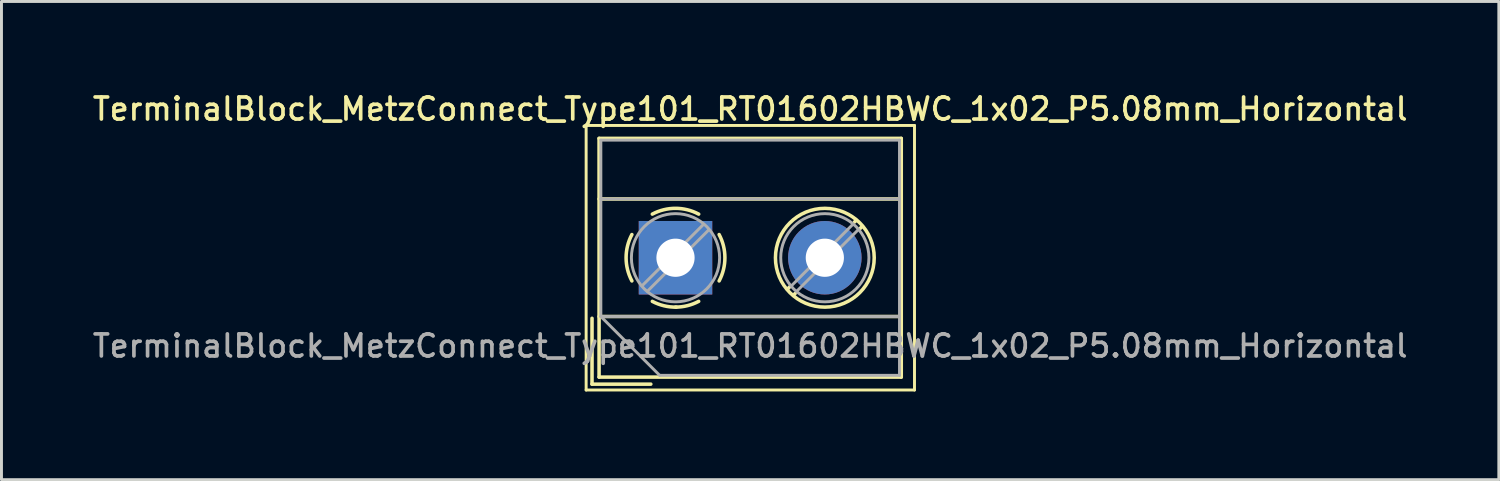
<source format=kicad_pcb>
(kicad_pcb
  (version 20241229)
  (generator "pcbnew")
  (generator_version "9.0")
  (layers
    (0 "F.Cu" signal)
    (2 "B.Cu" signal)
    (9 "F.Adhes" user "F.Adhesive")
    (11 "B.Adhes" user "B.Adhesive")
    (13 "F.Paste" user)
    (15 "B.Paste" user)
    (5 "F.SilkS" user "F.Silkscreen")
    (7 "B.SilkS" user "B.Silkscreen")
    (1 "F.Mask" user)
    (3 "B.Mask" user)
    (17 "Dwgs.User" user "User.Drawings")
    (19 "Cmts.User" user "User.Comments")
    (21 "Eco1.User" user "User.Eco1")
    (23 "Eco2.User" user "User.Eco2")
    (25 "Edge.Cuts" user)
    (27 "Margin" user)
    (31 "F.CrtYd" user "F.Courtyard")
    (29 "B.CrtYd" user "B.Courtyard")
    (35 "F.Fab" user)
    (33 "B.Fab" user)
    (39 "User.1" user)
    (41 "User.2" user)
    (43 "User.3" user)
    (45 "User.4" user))
  (footprint "TerminalBlock_MetzConnect_Type101_RT01602HBWC_1x02_P5.08mm_Horizontal"
    (layer "F.Cu")
    (at 19.93 5.718)
    (property "Reference" "TerminalBlock_MetzConnect_Type101_RT01602HBWC_1x02_P5.08mm_Horizontal" (at 2.54 -5.06 0) (layer "F.SilkS") (effects (font (size 0.75 0.75) (thickness 0.125))))
    (attr through_hole)
    (fp_line (start -3.04 -4.5) (end -3.04 4.5) (stroke (width 0.1) (type solid)) (layer "F.SilkS"))
    (fp_line (start -3.04 4.5) (end 8.13 4.5) (stroke (width 0.1) (type solid)) (layer "F.SilkS"))
    (fp_line (start -2.84 2.06) (end -2.84 4.3) (stroke (width 0.12) (type solid)) (layer "F.SilkS"))
    (fp_line (start -2.84 4.3) (end -0.84 4.3) (stroke (width 0.12) (type solid)) (layer "F.SilkS"))
    (fp_line (start -2.6 -4.06) (end -2.6 4.06) (stroke (width 0.12) (type solid)) (layer "F.SilkS"))
    (fp_line (start -2.6 -4.06) (end 7.68 -4.06) (stroke (width 0.12) (type solid)) (layer "F.SilkS"))
    (fp_line (start -2.6 -2) (end 7.68 -2) (stroke (width 0.12) (type solid)) (layer "F.SilkS"))
    (fp_line (start -2.6 2) (end 7.68 2) (stroke (width 0.12) (type solid)) (layer "F.SilkS"))
    (fp_line (start -2.6 4.06) (end 7.68 4.06) (stroke (width 0.12) (type solid)) (layer "F.SilkS"))
    (fp_line (start 3.9 0.976) (end 3.806 1.069) (stroke (width 0.12) (type solid)) (layer "F.SilkS"))
    (fp_line (start 4.07 1.216) (end 4.011 1.274) (stroke (width 0.12) (type solid)) (layer "F.SilkS"))
    (fp_line (start 6.15 -1.275) (end 6.091 -1.216) (stroke (width 0.12) (type solid)) (layer "F.SilkS"))
    (fp_line (start 6.355 -1.069) (end 6.261 -0.976) (stroke (width 0.12) (type solid)) (layer "F.SilkS"))
    (fp_line (start 7.68 -4.06) (end 7.68 4.06) (stroke (width 0.12) (type solid)) (layer "F.SilkS"))
    (fp_line (start 8.13 -4.5) (end -3.04 -4.5) (stroke (width 0.1) (type solid)) (layer "F.SilkS"))
    (fp_line (start 8.13 4.5) (end 8.13 -4.5) (stroke (width 0.1) (type solid)) (layer "F.SilkS"))
    (fp_arc (start -1.483953 0.789089) (mid -1.680708 0.00005) (end -1.484 -0.789) (stroke (width 0.12) (type solid)) (layer "F.SilkS"))
    (fp_arc (start -0.789089 -1.483953) (mid -0.00005 -1.680708) (end 0.789 -1.484) (stroke (width 0.12) (type solid)) (layer "F.SilkS"))
    (fp_arc (start 0.029383 1.68045) (mid -0.392304 1.634281) (end -0.789 1.484) (stroke (width 0.12) (type solid)) (layer "F.SilkS"))
    (fp_arc (start 0.788712 1.483352) (mid 0.406429 1.630097) (end 0 1.68) (stroke (width 0.12) (type solid)) (layer "F.SilkS"))
    (fp_arc (start 1.483953 -0.789089) (mid 1.680708 -0.00005) (end 1.484 0.789) (stroke (width 0.12) (type solid)) (layer "F.SilkS"))
    (fp_circle (center 5.08 0) (end 6.76 0) (stroke (width 0.12) (type solid)) (fill no) (layer "F.SilkS"))
    (fp_line (start -2.54 -4) (end 7.62 -4) (stroke (width 0.1) (type solid)) (layer "F.Fab"))
    (fp_line (start -2.54 -2) (end 7.62 -2) (stroke (width 0.1) (type solid)) (layer "F.Fab"))
    (fp_line (start -2.54 2) (end -2.54 -4) (stroke (width 0.1) (type solid)) (layer "F.Fab"))
    (fp_line (start -2.54 2) (end 7.62 2) (stroke (width 0.1) (type solid)) (layer "F.Fab"))
    (fp_line (start -0.54 4) (end -2.54 2) (stroke (width 0.1) (type solid)) (layer "F.Fab"))
    (fp_line (start 0.955 -1.138) (end -1.138 0.955) (stroke (width 0.1) (type solid)) (layer "F.Fab"))
    (fp_line (start 1.138 -0.955) (end -0.955 1.138) (stroke (width 0.1) (type solid)) (layer "F.Fab"))
    (fp_line (start 6.035 -1.138) (end 3.943 0.955) (stroke (width 0.1) (type solid)) (layer "F.Fab"))
    (fp_line (start 6.218 -0.955) (end 4.126 1.138) (stroke (width 0.1) (type solid)) (layer "F.Fab"))
    (fp_line (start 7.62 -4) (end 7.62 4) (stroke (width 0.1) (type solid)) (layer "F.Fab"))
    (fp_line (start 7.62 4) (end -0.54 4) (stroke (width 0.1) (type solid)) (layer "F.Fab"))
    (fp_circle (center 0 0) (end 1.5 0) (stroke (width 0.1) (type solid)) (fill no) (layer "F.Fab"))
    (fp_circle (center 5.08 0) (end 6.58 0) (stroke (width 0.1) (type solid)) (fill no) (layer "F.Fab"))
    (fp_text user "${REFERENCE}" (at 2.54 3 0) (layer "F.Fab") (effects (font (size 0.75 0.75) (thickness 0.125))))
    (pad "1" thru_hole rect (at 0 0) (size 2.5 2.5) (drill 1.3) (layers "*.Cu" "*.Mask"))
    (pad "2" thru_hole circle (at 5.08 0) (size 2.5 2.5) (drill 1.3) (layers "*.Cu" "*.Mask")))
  (gr_rect
    (start -3 -3)
    (end 47.939 13.268)
    (stroke (width 0.1) (type default))
    (fill no)
    (layer "Edge.Cuts")))
</source>
